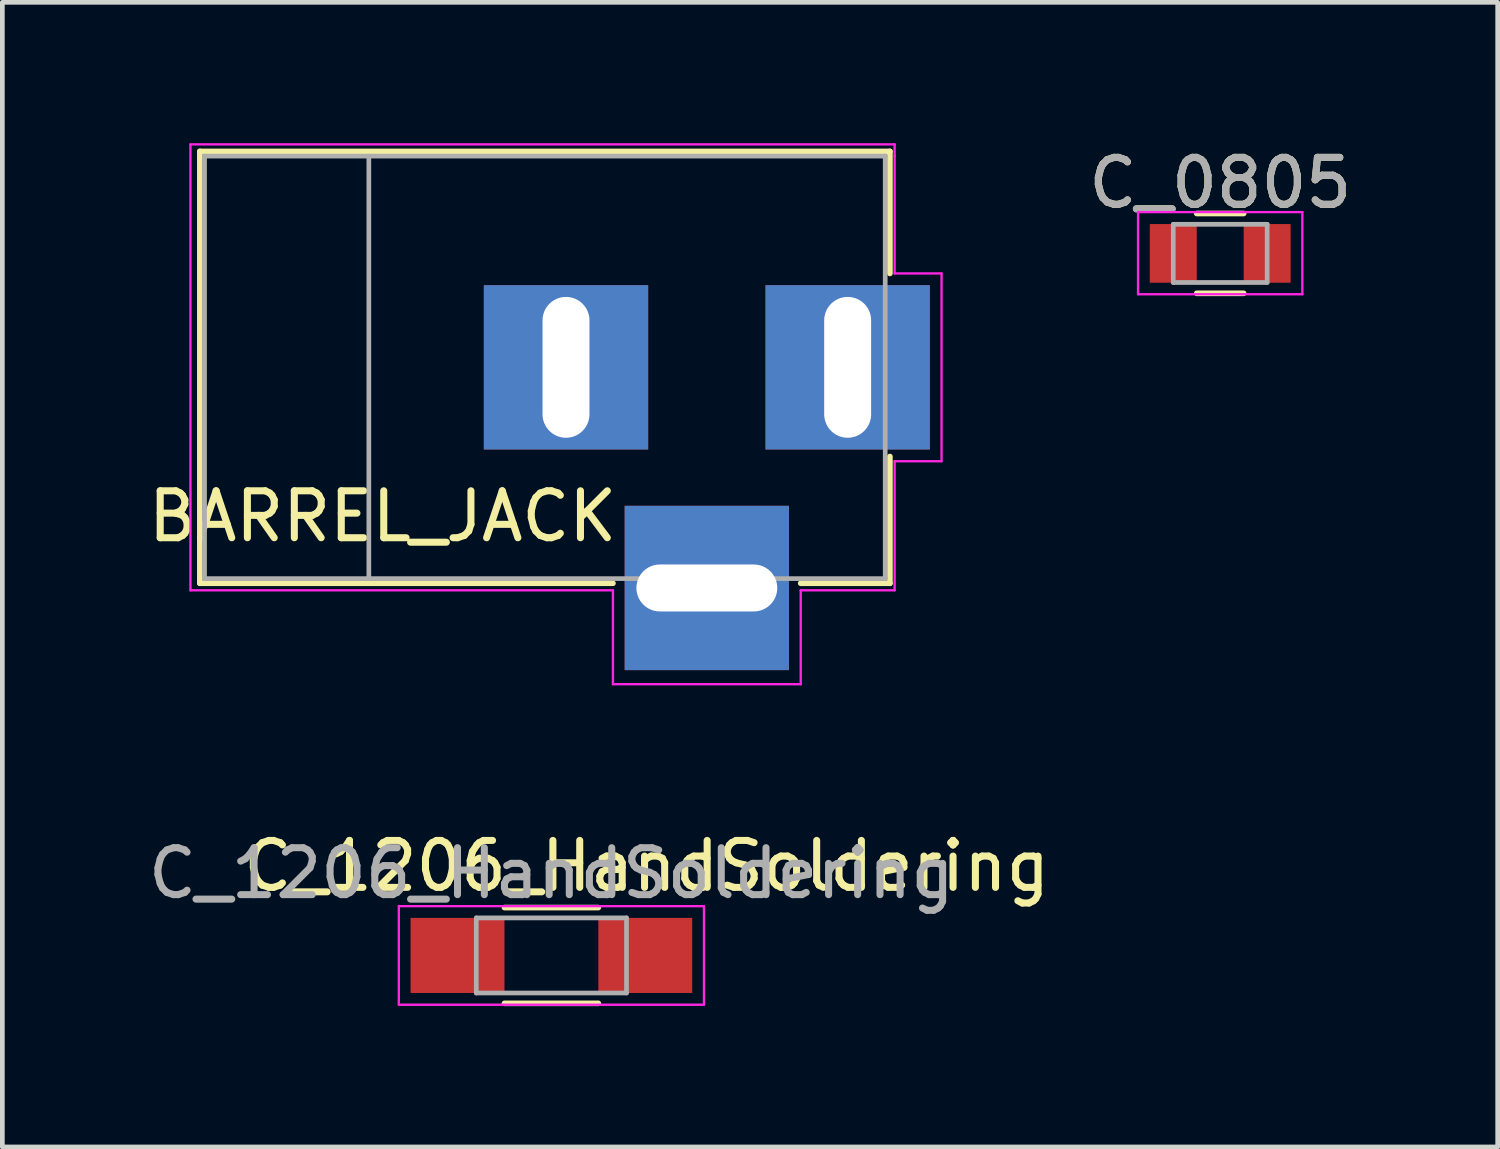
<source format=kicad_pcb>
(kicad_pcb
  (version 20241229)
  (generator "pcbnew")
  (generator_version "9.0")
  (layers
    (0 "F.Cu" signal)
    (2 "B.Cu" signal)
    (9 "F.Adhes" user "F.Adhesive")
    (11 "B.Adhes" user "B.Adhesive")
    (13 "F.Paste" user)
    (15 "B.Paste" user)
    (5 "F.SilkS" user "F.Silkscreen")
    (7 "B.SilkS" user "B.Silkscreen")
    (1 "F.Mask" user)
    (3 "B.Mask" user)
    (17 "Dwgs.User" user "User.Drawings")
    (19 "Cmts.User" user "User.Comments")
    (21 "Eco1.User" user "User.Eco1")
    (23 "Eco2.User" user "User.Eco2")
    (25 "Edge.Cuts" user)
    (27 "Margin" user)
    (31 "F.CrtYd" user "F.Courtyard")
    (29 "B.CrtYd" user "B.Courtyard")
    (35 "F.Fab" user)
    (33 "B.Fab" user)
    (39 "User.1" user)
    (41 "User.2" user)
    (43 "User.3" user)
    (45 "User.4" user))
  (footprint "BARREL_JACK"
    (layer "F.Cu")
    (at 15.007 4.775)
    (property "Reference" "BARREL_JACK" (at -9.906 3.175 180) (layer "F.SilkS") (effects (font (size 1 1) (thickness 0.15))))
    (attr through_hole)
    (fp_line (start -13.8 -4.6) (end 0.9 -4.6) (stroke (width 0.12) (type solid)) (layer "F.SilkS"))
    (fp_line (start -13.8 4.6) (end -13.8 -4.6) (stroke (width 0.12) (type solid)) (layer "F.SilkS"))
    (fp_line (start -5 4.6) (end -13.8 4.6) (stroke (width 0.12) (type solid)) (layer "F.SilkS"))
    (fp_line (start 0.9 -4.6) (end 0.9 -2) (stroke (width 0.12) (type solid)) (layer "F.SilkS"))
    (fp_line (start 0.9 1.9) (end 0.9 4.6) (stroke (width 0.12) (type solid)) (layer "F.SilkS"))
    (fp_line (start 0.9 4.6) (end -1 4.6) (stroke (width 0.12) (type solid)) (layer "F.SilkS"))
    (fp_line (start -14 4.75) (end -14 -4.75) (stroke (width 0.05) (type solid)) (layer "F.CrtYd"))
    (fp_line (start -5 4.75) (end -14 4.75) (stroke (width 0.05) (type solid)) (layer "F.CrtYd"))
    (fp_line (start -5 6.75) (end -5 4.75) (stroke (width 0.05) (type solid)) (layer "F.CrtYd"))
    (fp_line (start -1 4.75) (end -1 6.75) (stroke (width 0.05) (type solid)) (layer "F.CrtYd"))
    (fp_line (start -1 6.75) (end -5 6.75) (stroke (width 0.05) (type solid)) (layer "F.CrtYd"))
    (fp_line (start 1 -4.75) (end -14 -4.75) (stroke (width 0.05) (type solid)) (layer "F.CrtYd"))
    (fp_line (start 1 -4.5) (end 1 -4.75) (stroke (width 0.05) (type solid)) (layer "F.CrtYd"))
    (fp_line (start 1 -4.5) (end 1 -2) (stroke (width 0.05) (type solid)) (layer "F.CrtYd"))
    (fp_line (start 1 -2) (end 2 -2) (stroke (width 0.05) (type solid)) (layer "F.CrtYd"))
    (fp_line (start 1 2) (end 1 4.75) (stroke (width 0.05) (type solid)) (layer "F.CrtYd"))
    (fp_line (start 1 4.75) (end -1 4.75) (stroke (width 0.05) (type solid)) (layer "F.CrtYd"))
    (fp_line (start 2 -2) (end 2 2) (stroke (width 0.05) (type solid)) (layer "F.CrtYd"))
    (fp_line (start 2 2) (end 1 2) (stroke (width 0.05) (type solid)) (layer "F.CrtYd"))
    (fp_line (start -13.7 -4.5) (end -13.7 4.5) (stroke (width 0.1) (type solid)) (layer "F.Fab"))
    (fp_line (start -13.7 4.5) (end 0.8 4.5) (stroke (width 0.1) (type solid)) (layer "F.Fab"))
    (fp_line (start -10.2 -4.5) (end -10.2 4.5) (stroke (width 0.1) (type solid)) (layer "F.Fab"))
    (fp_line (start 0.8 -4.5) (end -13.7 -4.5) (stroke (width 0.1) (type solid)) (layer "F.Fab"))
    (fp_line (start 0.8 4.5) (end 0.8 -4.5) (stroke (width 0.1) (type solid)) (layer "F.Fab"))
    (pad "1" thru_hole rect (at 0 0) (size 3.5 3.5) (drill oval 1 3) (layers "*.Cu" "*.Mask"))
    (pad "2" thru_hole rect (at -6 0) (size 3.5 3.5) (drill oval 1 3) (layers "*.Cu" "*.Mask"))
    (pad "3" thru_hole rect (at -3 4.7) (size 3.5 3.5) (drill oval 3 1) (layers "*.Cu" "*.Mask")))
  (footprint "C_0805"
    (layer "F.Cu")
    (at 22.943 2.348)
    (property "Reference" "C_0805" (at 0 -1.5 0) (layer "F.SilkS") (effects (font (size 1 1) (thickness 0.15))))
    (attr smd)
    (fp_line (start -0.5 0.85) (end 0.5 0.85) (stroke (width 0.12) (type solid)) (layer "F.SilkS"))
    (fp_line (start 0.5 -0.85) (end -0.5 -0.85) (stroke (width 0.12) (type solid)) (layer "F.SilkS"))
    (fp_line (start -1.75 -0.88) (end -1.75 0.87) (stroke (width 0.05) (type solid)) (layer "F.CrtYd"))
    (fp_line (start -1.75 -0.88) (end 1.75 -0.88) (stroke (width 0.05) (type solid)) (layer "F.CrtYd"))
    (fp_line (start 1.75 0.87) (end -1.75 0.87) (stroke (width 0.05) (type solid)) (layer "F.CrtYd"))
    (fp_line (start 1.75 0.87) (end 1.75 -0.88) (stroke (width 0.05) (type solid)) (layer "F.CrtYd"))
    (fp_line (start -1 -0.62) (end 1 -0.62) (stroke (width 0.1) (type solid)) (layer "F.Fab"))
    (fp_line (start -1 0.62) (end -1 -0.62) (stroke (width 0.1) (type solid)) (layer "F.Fab"))
    (fp_line (start 1 -0.62) (end 1 0.62) (stroke (width 0.1) (type solid)) (layer "F.Fab"))
    (fp_line (start 1 0.62) (end -1 0.62) (stroke (width 0.1) (type solid)) (layer "F.Fab"))
    (fp_text user "${REFERENCE}" (at 0 -1.5 0) (layer "F.Fab") (effects (font (size 1 1) (thickness 0.15))))
    (pad "1" smd rect (at -1 0) (size 1 1.25) (layers "F.Cu" "F.Mask" "F.Paste"))
    (pad "2" smd rect (at 1 0) (size 1 1.25) (layers "F.Cu" "F.Mask" "F.Paste")))
  (footprint "C_1206_HandSoldering"
    (layer "F.Cu")
    (at 8.696 17.303)
    (property "Reference" "C_1206_HandSoldering" (at 2.032 -1.905 0) (layer "F.SilkS") (effects (font (size 1 1) (thickness 0.15))))
    (attr smd)
    (fp_line (start -1 1.02) (end 1 1.02) (stroke (width 0.12) (type solid)) (layer "F.SilkS"))
    (fp_line (start 1 -1.02) (end -1 -1.02) (stroke (width 0.12) (type solid)) (layer "F.SilkS"))
    (fp_line (start -3.25 -1.05) (end -3.25 1.05) (stroke (width 0.05) (type solid)) (layer "F.CrtYd"))
    (fp_line (start -3.25 -1.05) (end 3.25 -1.05) (stroke (width 0.05) (type solid)) (layer "F.CrtYd"))
    (fp_line (start 3.25 1.05) (end -3.25 1.05) (stroke (width 0.05) (type solid)) (layer "F.CrtYd"))
    (fp_line (start 3.25 1.05) (end 3.25 -1.05) (stroke (width 0.05) (type solid)) (layer "F.CrtYd"))
    (fp_line (start -1.6 -0.8) (end 1.6 -0.8) (stroke (width 0.1) (type solid)) (layer "F.Fab"))
    (fp_line (start -1.6 0.8) (end -1.6 -0.8) (stroke (width 0.1) (type solid)) (layer "F.Fab"))
    (fp_line (start 1.6 -0.8) (end 1.6 0.8) (stroke (width 0.1) (type solid)) (layer "F.Fab"))
    (fp_line (start 1.6 0.8) (end -1.6 0.8) (stroke (width 0.1) (type solid)) (layer "F.Fab"))
    (fp_text user "${REFERENCE}" (at 0 -1.75 0) (layer "F.Fab") (effects (font (size 1 1) (thickness 0.15))))
    (pad "1" smd rect (at -2 0) (size 2 1.6) (layers "F.Cu" "F.Mask" "F.Paste"))
    (pad "2" smd rect (at 2 0) (size 2 1.6) (layers "F.Cu" "F.Mask" "F.Paste")))
  (gr_rect
    (start -3 -3)
    (end 28.854 21.383)
    (stroke (width 0.1) (type default))
    (fill no)
    (layer "Edge.Cuts")))
</source>
